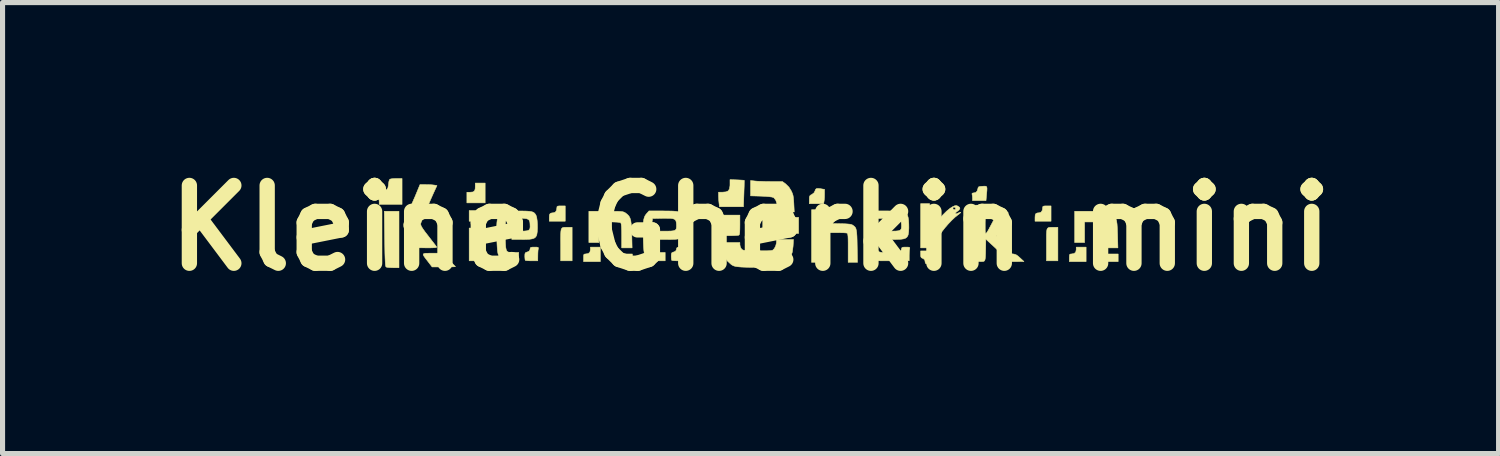
<source format=kicad_pcb>
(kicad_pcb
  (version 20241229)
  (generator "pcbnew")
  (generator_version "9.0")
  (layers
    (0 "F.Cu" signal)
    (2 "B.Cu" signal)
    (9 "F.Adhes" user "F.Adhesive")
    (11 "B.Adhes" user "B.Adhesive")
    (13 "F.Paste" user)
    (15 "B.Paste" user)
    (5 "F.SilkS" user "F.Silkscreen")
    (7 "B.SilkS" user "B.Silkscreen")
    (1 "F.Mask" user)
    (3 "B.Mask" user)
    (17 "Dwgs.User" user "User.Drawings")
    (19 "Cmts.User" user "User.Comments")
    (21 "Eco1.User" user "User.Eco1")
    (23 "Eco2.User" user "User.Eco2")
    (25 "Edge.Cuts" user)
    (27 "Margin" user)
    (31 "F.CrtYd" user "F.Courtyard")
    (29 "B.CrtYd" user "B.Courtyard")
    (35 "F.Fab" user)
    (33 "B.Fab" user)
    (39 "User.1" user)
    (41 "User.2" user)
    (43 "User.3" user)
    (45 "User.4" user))
  (footprint "Kleine Gherkin mini"
    (layer "F.Cu")
    (at 11.655 1.418)
    (property "Reference" "Kleine Gherkin mini" (at 0 0 0) (layer "F.SilkS") (effects (font (size 1.524 1.524) (thickness 0.3))))
    (attr through_hole)
    (fp_poly (pts (xy -5.289 -0.134) (xy -5.513 -0.134) (xy -5.513 -0.344) (xy -5.289 -0.344) (xy -5.289 -0.134)) (stroke (width 0.01) (type solid)) (fill yes) (layer "F.SilkS"))
    (fp_poly (pts (xy -5.289 0.642) (xy -5.513 0.642) (xy -5.513 0) (xy -5.289 0) (xy -5.289 0.642)) (stroke (width 0.01) (type solid)) (fill yes) (layer "F.SilkS"))
    (fp_poly (pts (xy -2.316 0.657) (xy -2.54 0.657) (xy -2.54 0.508) (xy -2.316 0.508) (xy -2.316 0.657)) (stroke (width 0.01) (type solid)) (fill yes) (layer "F.SilkS"))
    (fp_poly (pts (xy 0.941 0.105) (xy 0.239 0.105) (xy 0.239 -0.209) (xy 0.941 -0.209) (xy 0.941 0.105)) (stroke (width 0.01) (type solid)) (fill yes) (layer "F.SilkS"))
    (fp_poly (pts (xy 7.202 0.657) (xy 6.978 0.657) (xy 6.978 0.508) (xy 7.202 0.508) (xy 7.202 0.657)) (stroke (width 0.01) (type solid)) (fill yes) (layer "F.SilkS"))
    (fp_poly (pts (xy -5.2 -0.493) (xy -5.558 -0.493) (xy -5.558 -0.702) (xy -5.494 -0.702) (xy -5.441 -0.707) (xy -5.411 -0.726) (xy -5.396 -0.763) (xy -5.394 -0.81) (xy -5.394 -0.882) (xy -5.2 -0.882) (xy -5.2 -0.493)) (stroke (width 0.01) (type solid)) (fill yes) (layer "F.SilkS"))
    (fp_poly (pts (xy -2.943 0.657) (xy -3.272 0.657) (xy -3.272 0.583) (xy -3.271 0.538) (xy -3.265 0.516) (xy -3.25 0.509) (xy -3.234 0.508) (xy -3.179 0.499) (xy -3.148 0.472) (xy -3.138 0.425) (xy -3.138 0.374) (xy -2.943 0.374) (xy -2.943 0.657)) (stroke (width 0.01) (type solid)) (fill yes) (layer "F.SilkS"))
    (fp_poly (pts (xy 6.574 0.657) (xy 6.245 0.657) (xy 6.245 0.583) (xy 6.247 0.538) (xy 6.253 0.516) (xy 6.268 0.509) (xy 6.284 0.508) (xy 6.338 0.499) (xy 6.37 0.472) (xy 6.38 0.425) (xy 6.38 0.374) (xy 6.574 0.374) (xy 6.574 0.657)) (stroke (width 0.01) (type solid)) (fill yes) (layer "F.SilkS"))
    (fp_poly (pts (xy -3.575 -0.015) (xy -3.496 -0.015) (xy -3.496 0.642) (xy -3.72 0.642) (xy -3.72 0.323) (xy -3.721 0.214) (xy -3.72 0.131) (xy -3.717 0.071) (xy -3.711 0.03) (xy -3.699 0.005) (xy -3.681 -0.009) (xy -3.654 -0.014) (xy -3.617 -0.015) (xy -3.575 -0.015)) (stroke (width 0.01) (type solid)) (fill yes) (layer "F.SilkS"))
    (fp_poly (pts (xy 5.943 -0.015) (xy 6.021 -0.015) (xy 6.021 0.642) (xy 5.797 0.642) (xy 5.797 0.323) (xy 5.797 0.214) (xy 5.797 0.131) (xy 5.8 0.071) (xy 5.806 0.03) (xy 5.818 0.005) (xy 5.837 -0.009) (xy 5.864 -0.014) (xy 5.901 -0.015) (xy 5.943 -0.015)) (stroke (width 0.01) (type solid)) (fill yes) (layer "F.SilkS"))
    (fp_poly (pts (xy 3.571 0.702) (xy 3.496 0.702) (xy 3.452 0.701) (xy 3.429 0.694) (xy 3.422 0.68) (xy 3.421 0.669) (xy 3.412 0.624) (xy 3.383 0.598) (xy 3.365 0.591) (xy 3.344 0.58) (xy 3.334 0.556) (xy 3.332 0.514) (xy 3.332 0.448) (xy 3.571 0.448) (xy 3.571 0.702)) (stroke (width 0.01) (type solid)) (fill yes) (layer "F.SilkS"))
    (fp_poly (pts (xy 5.007 0.495) (xy 5.066 0.499) (xy 5.109 0.503) (xy 5.162 0.51) (xy 5.2 0.522) (xy 5.235 0.545) (xy 5.279 0.584) (xy 5.279 0.584) (xy 5.356 0.656) (xy 5.219 0.657) (xy 5.081 0.657) (xy 4.995 0.576) (xy 4.908 0.494) (xy 4.962 0.494) (xy 5.007 0.495)) (stroke (width 0.01) (type solid)) (fill yes) (layer "F.SilkS"))
    (fp_poly (pts (xy -3.631 -0.134) (xy -3.944 -0.134) (xy -3.944 -0.208) (xy -3.941 -0.258) (xy -3.925 -0.286) (xy -3.892 -0.297) (xy -3.862 -0.299) (xy -3.825 -0.312) (xy -3.802 -0.349) (xy -3.795 -0.395) (xy -3.793 -0.417) (xy -3.782 -0.428) (xy -3.755 -0.433) (xy -3.713 -0.433) (xy -3.631 -0.433) (xy -3.631 -0.134)) (stroke (width 0.01) (type solid)) (fill yes) (layer "F.SilkS"))
    (fp_poly (pts (xy 5.887 -0.134) (xy 5.573 -0.134) (xy 5.573 -0.208) (xy 5.577 -0.258) (xy 5.592 -0.286) (xy 5.625 -0.297) (xy 5.656 -0.299) (xy 5.692 -0.312) (xy 5.716 -0.349) (xy 5.722 -0.395) (xy 5.724 -0.417) (xy 5.735 -0.428) (xy 5.763 -0.433) (xy 5.805 -0.433) (xy 5.887 -0.433) (xy 5.887 -0.134)) (stroke (width 0.01) (type solid)) (fill yes) (layer "F.SilkS"))
    (fp_poly (pts (xy -6.888 0.777) (xy -7.004 0.777) (xy -7.062 0.775) (xy -7.11 0.771) (xy -7.138 0.764) (xy -7.14 0.763) (xy -7.146 0.755) (xy -7.151 0.736) (xy -7.155 0.703) (xy -7.158 0.654) (xy -7.161 0.587) (xy -7.164 0.498) (xy -7.166 0.385) (xy -7.168 0.245) (xy -7.169 0.211) (xy -7.176 -0.329) (xy -6.888 -0.329) (xy -6.888 0.777)) (stroke (width 0.01) (type solid)) (fill yes) (layer "F.SilkS"))
    (fp_poly (pts (xy -0.209 -0.061) (xy -0.21 0.02) (xy -0.212 0.076) (xy -0.216 0.111) (xy -0.222 0.131) (xy -0.232 0.14) (xy -0.233 0.14) (xy -0.257 0.144) (xy -0.304 0.147) (xy -0.365 0.149) (xy -0.405 0.149) (xy -0.553 0.149) (xy -0.553 0.093) (xy -0.554 0.054) (xy -0.557 -0.006) (xy -0.561 -0.075) (xy -0.563 -0.108) (xy -0.572 -0.254) (xy -0.209 -0.254) (xy -0.209 -0.061)) (stroke (width 0.01) (type solid)) (fill yes) (layer "F.SilkS"))
    (fp_poly (pts (xy 1.373 -0.771) (xy 1.393 -0.767) (xy 1.449 -0.758) (xy 1.449 -0.665) (xy 1.448 -0.606) (xy 1.444 -0.553) (xy 1.44 -0.525) (xy 1.431 -0.478) (xy 1.15 -0.478) (xy 1.151 -0.557) (xy 1.152 -0.603) (xy 1.16 -0.63) (xy 1.178 -0.647) (xy 1.199 -0.657) (xy 1.244 -0.692) (xy 1.262 -0.728) (xy 1.273 -0.757) (xy 1.291 -0.773) (xy 1.322 -0.776) (xy 1.373 -0.771)) (stroke (width 0.01) (type solid)) (fill yes) (layer "F.SilkS"))
    (fp_poly (pts (xy -6.828 -0.463) (xy -7.276 -0.463) (xy -7.276 -0.506) (xy -7.278 -0.544) (xy -7.282 -0.598) (xy -7.286 -0.64) (xy -7.296 -0.732) (xy -7.234 -0.732) (xy -7.17 -0.736) (xy -7.129 -0.752) (xy -7.106 -0.785) (xy -7.095 -0.84) (xy -7.094 -0.854) (xy -7.086 -0.912) (xy -7.074 -0.949) (xy -7.066 -0.957) (xy -7.041 -0.964) (xy -6.996 -0.969) (xy -6.94 -0.971) (xy -6.936 -0.971) (xy -6.828 -0.971) (xy -6.828 -0.463)) (stroke (width 0.01) (type solid)) (fill yes) (layer "F.SilkS"))
    (fp_poly (pts (xy -6.236 0.493) (xy -6.044 0.493) (xy -5.913 0.622) (xy -5.863 0.672) (xy -5.822 0.714) (xy -5.793 0.743) (xy -5.782 0.756) (xy -5.782 0.757) (xy -5.796 0.758) (xy -5.835 0.76) (xy -5.894 0.761) (xy -5.967 0.762) (xy -6.011 0.762) (xy -6.239 0.762) (xy -6.324 0.651) (xy -6.373 0.588) (xy -6.404 0.544) (xy -6.414 0.516) (xy -6.403 0.501) (xy -6.367 0.494) (xy -6.305 0.493) (xy -6.236 0.493)) (stroke (width 0.01) (type solid)) (fill yes) (layer "F.SilkS"))
    (fp_poly (pts (xy -0.265 -0.944) (xy -0.205 -0.941) (xy -0.157 -0.938) (xy -0.129 -0.936) (xy -0.124 -0.935) (xy -0.123 -0.92) (xy -0.124 -0.88) (xy -0.125 -0.82) (xy -0.128 -0.745) (xy -0.13 -0.675) (xy -0.139 -0.418) (xy -0.609 -0.418) (xy -0.618 -0.488) (xy -0.624 -0.549) (xy -0.627 -0.614) (xy -0.628 -0.63) (xy -0.628 -0.702) (xy -0.549 -0.703) (xy -0.482 -0.709) (xy -0.438 -0.728) (xy -0.414 -0.766) (xy -0.404 -0.826) (xy -0.403 -0.854) (xy -0.403 -0.949) (xy -0.265 -0.944)) (stroke (width 0.01) (type solid)) (fill yes) (layer "F.SilkS"))
    (fp_poly (pts (xy 4.611 -0.819) (xy 4.626 -0.807) (xy 4.632 -0.783) (xy 4.631 -0.74) (xy 4.625 -0.674) (xy 4.622 -0.639) (xy 4.613 -0.538) (xy 4.348 -0.538) (xy 4.348 -0.589) (xy 4.345 -0.631) (xy 4.339 -0.663) (xy 4.339 -0.664) (xy 4.34 -0.682) (xy 4.365 -0.688) (xy 4.365 -0.688) (xy 4.411 -0.696) (xy 4.438 -0.725) (xy 4.451 -0.764) (xy 4.458 -0.792) (xy 4.47 -0.808) (xy 4.496 -0.815) (xy 4.543 -0.819) (xy 4.546 -0.819) (xy 4.585 -0.821) (xy 4.611 -0.819)) (stroke (width 0.01) (type solid)) (fill yes) (layer "F.SilkS"))
    (fp_poly (pts (xy -4.186 0.374) (xy -4.163 0.379) (xy -4.156 0.39) (xy -4.159 0.407) (xy -4.164 0.439) (xy -4.167 0.49) (xy -4.168 0.542) (xy -4.169 0.642) (xy -4.286 0.642) (xy -4.342 0.641) (xy -4.387 0.638) (xy -4.411 0.634) (xy -4.413 0.633) (xy -4.419 0.613) (xy -4.422 0.574) (xy -4.423 0.552) (xy -4.421 0.509) (xy -4.413 0.486) (xy -4.392 0.474) (xy -4.374 0.469) (xy -4.338 0.452) (xy -4.322 0.424) (xy -4.321 0.414) (xy -4.316 0.391) (xy -4.304 0.379) (xy -4.276 0.374) (xy -4.233 0.374) (xy -4.186 0.374)) (stroke (width 0.01) (type solid)) (fill yes) (layer "F.SilkS"))
    (fp_poly (pts (xy -1.317 0.374) (xy -1.294 0.379) (xy -1.287 0.39) (xy -1.29 0.407) (xy -1.295 0.439) (xy -1.298 0.49) (xy -1.3 0.542) (xy -1.3 0.642) (xy -1.417 0.642) (xy -1.473 0.641) (xy -1.518 0.638) (xy -1.542 0.634) (xy -1.544 0.633) (xy -1.55 0.613) (xy -1.553 0.574) (xy -1.554 0.552) (xy -1.552 0.509) (xy -1.544 0.486) (xy -1.523 0.474) (xy -1.505 0.469) (xy -1.469 0.452) (xy -1.454 0.424) (xy -1.452 0.414) (xy -1.447 0.391) (xy -1.435 0.379) (xy -1.408 0.374) (xy -1.364 0.374) (xy -1.317 0.374)) (stroke (width 0.01) (type solid)) (fill yes) (layer "F.SilkS"))
    (fp_poly (pts (xy 3.09 0.374) (xy 3.114 0.379) (xy 3.12 0.39) (xy 3.117 0.407) (xy 3.112 0.439) (xy 3.109 0.49) (xy 3.108 0.542) (xy 3.108 0.642) (xy 2.991 0.642) (xy 2.934 0.641) (xy 2.89 0.638) (xy 2.866 0.634) (xy 2.864 0.633) (xy 2.858 0.613) (xy 2.854 0.574) (xy 2.854 0.552) (xy 2.855 0.509) (xy 2.864 0.486) (xy 2.885 0.474) (xy 2.902 0.469) (xy 2.939 0.452) (xy 2.954 0.424) (xy 2.956 0.414) (xy 2.96 0.391) (xy 2.973 0.379) (xy 3 0.374) (xy 3.043 0.374) (xy 3.09 0.374)) (stroke (width 0.01) (type solid)) (fill yes) (layer "F.SilkS"))
    (fp_poly (pts (xy -2.725 -0.329) (xy -2.642 -0.328) (xy -2.581 -0.327) (xy -2.537 -0.324) (xy -2.505 -0.32) (xy -2.483 -0.313) (xy -2.465 -0.305) (xy -2.449 -0.295) (xy -2.412 -0.266) (xy -2.383 -0.235) (xy -2.362 -0.196) (xy -2.347 -0.146) (xy -2.338 -0.079) (xy -2.331 0.009) (xy -2.327 0.122) (xy -2.327 0.123) (xy -2.321 0.388) (xy -2.525 0.388) (xy -2.525 0.152) (xy -2.526 0.049) (xy -2.529 -0.027) (xy -2.534 -0.076) (xy -2.542 -0.1) (xy -2.543 -0.102) (xy -2.566 -0.11) (xy -2.615 -0.116) (xy -2.693 -0.119) (xy -2.767 -0.12) (xy -2.973 -0.12) (xy -2.973 0.284) (xy -3.168 0.284) (xy -3.168 -0.329) (xy -2.834 -0.329) (xy -2.725 -0.329)) (stroke (width 0.01) (type solid)) (fill yes) (layer "F.SilkS"))
    (fp_poly (pts (xy 6.792 -0.329) (xy 6.875 -0.328) (xy 6.937 -0.327) (xy 6.981 -0.324) (xy 7.012 -0.32) (xy 7.035 -0.313) (xy 7.053 -0.305) (xy 7.069 -0.295) (xy 7.106 -0.266) (xy 7.134 -0.235) (xy 7.155 -0.196) (xy 7.17 -0.146) (xy 7.18 -0.079) (xy 7.186 0.009) (xy 7.19 0.122) (xy 7.19 0.123) (xy 7.197 0.388) (xy 6.992 0.388) (xy 6.992 0.152) (xy 6.991 0.049) (xy 6.988 -0.027) (xy 6.983 -0.076) (xy 6.976 -0.1) (xy 6.975 -0.102) (xy 6.952 -0.11) (xy 6.902 -0.116) (xy 6.825 -0.119) (xy 6.75 -0.12) (xy 6.544 -0.12) (xy 6.544 0.284) (xy 6.35 0.284) (xy 6.35 -0.329) (xy 6.684 -0.329) (xy 6.792 -0.329)) (stroke (width 0.01) (type solid)) (fill yes) (layer "F.SilkS"))
    (fp_poly (pts (xy 0.092 -0.921) (xy 0.141 -0.917) (xy 0.211 -0.915) (xy 0.295 -0.912) (xy 0.382 -0.911) (xy 0.404 -0.911) (xy 0.625 -0.911) (xy 0.69 -0.863) (xy 0.752 -0.801) (xy 0.797 -0.729) (xy 0.817 -0.685) (xy 0.831 -0.644) (xy 0.839 -0.596) (xy 0.845 -0.532) (xy 0.848 -0.478) (xy 0.856 -0.314) (xy 0.738 -0.316) (xy 0.674 -0.318) (xy 0.616 -0.321) (xy 0.575 -0.324) (xy 0.572 -0.325) (xy 0.543 -0.33) (xy 0.528 -0.342) (xy 0.523 -0.369) (xy 0.523 -0.405) (xy 0.515 -0.483) (xy 0.493 -0.547) (xy 0.459 -0.59) (xy 0.446 -0.599) (xy 0.415 -0.608) (xy 0.359 -0.615) (xy 0.283 -0.621) (xy 0.205 -0.625) (xy 0 -0.631) (xy 0 -0.931) (xy 0.092 -0.921)) (stroke (width 0.01) (type solid)) (fill yes) (layer "F.SilkS"))
    (fp_poly (pts (xy 4.599 -0.19) (xy 4.597 -0.103) (xy 4.597 -0.026) (xy 4.597 0.038) (xy 4.599 0.081) (xy 4.602 0.097) (xy 4.609 0.105) (xy 4.622 0.096) (xy 4.642 0.067) (xy 4.673 0.014) (xy 4.68 -0.001) (xy 4.716 -0.068) (xy 4.753 -0.138) (xy 4.783 -0.198) (xy 4.791 -0.213) (xy 4.832 -0.299) (xy 5.05 -0.299) (xy 4.937 -0.072) (xy 4.823 0.155) (xy 4.969 0.294) (xy 5.115 0.433) (xy 4.843 0.433) (xy 4.726 0.325) (xy 4.609 0.217) (xy 4.606 0.404) (xy 4.604 0.496) (xy 4.601 0.563) (xy 4.596 0.608) (xy 4.587 0.636) (xy 4.572 0.651) (xy 4.55 0.656) (xy 4.519 0.657) (xy 4.506 0.657) (xy 4.454 0.655) (xy 4.426 0.645) (xy 4.417 0.634) (xy 4.415 0.614) (xy 4.413 0.567) (xy 4.411 0.498) (xy 4.41 0.41) (xy 4.408 0.306) (xy 4.408 0.19) (xy 4.408 0.081) (xy 4.408 -0.448) (xy 4.606 -0.448) (xy 4.599 -0.19)) (stroke (width 0.01) (type solid)) (fill yes) (layer "F.SilkS"))
    (fp_poly (pts (xy 1.39 -0.092) (xy 1.677 -0.087) (xy 1.779 -0.085) (xy 1.855 -0.083) (xy 1.911 -0.079) (xy 1.95 -0.075) (xy 1.977 -0.068) (xy 1.997 -0.06) (xy 2.006 -0.054) (xy 2.03 -0.036) (xy 2.049 -0.017) (xy 2.063 0.008) (xy 2.072 0.043) (xy 2.079 0.092) (xy 2.084 0.158) (xy 2.087 0.247) (xy 2.089 0.355) (xy 2.095 0.672) (xy 1.912 0.672) (xy 1.912 0.39) (xy 1.912 0.29) (xy 1.911 0.216) (xy 1.909 0.164) (xy 1.905 0.13) (xy 1.9 0.11) (xy 1.892 0.101) (xy 1.889 0.099) (xy 1.864 0.095) (xy 1.817 0.092) (xy 1.753 0.091) (xy 1.68 0.09) (xy 1.605 0.09) (xy 1.535 0.092) (xy 1.475 0.094) (xy 1.435 0.097) (xy 1.423 0.099) (xy 1.408 0.105) (xy 1.398 0.117) (xy 1.392 0.14) (xy 1.39 0.18) (xy 1.39 0.244) (xy 1.39 0.253) (xy 1.388 0.338) (xy 1.385 0.433) (xy 1.381 0.519) (xy 1.38 0.536) (xy 1.37 0.672) (xy 1.195 0.672) (xy 1.195 -0.359) (xy 1.39 -0.359) (xy 1.39 -0.092)) (stroke (width 0.01) (type solid)) (fill yes) (layer "F.SilkS"))
    (fp_poly (pts (xy 0.833 0.357) (xy 0.818 0.469) (xy 0.789 0.56) (xy 0.743 0.633) (xy 0.675 0.694) (xy 0.598 0.741) (xy 0.576 0.751) (xy 0.549 0.758) (xy 0.513 0.764) (xy 0.463 0.767) (xy 0.394 0.769) (xy 0.302 0.771) (xy 0.254 0.771) (xy 0.152 0.771) (xy 0.048 0.77) (xy -0.048 0.769) (xy -0.129 0.766) (xy -0.179 0.764) (xy -0.251 0.758) (xy -0.301 0.75) (xy -0.339 0.738) (xy -0.372 0.719) (xy -0.378 0.715) (xy -0.455 0.645) (xy -0.511 0.555) (xy -0.544 0.451) (xy -0.553 0.356) (xy -0.553 0.284) (xy -0.209 0.284) (xy -0.209 0.327) (xy -0.2 0.371) (xy -0.181 0.405) (xy -0.17 0.418) (xy -0.156 0.427) (xy -0.137 0.434) (xy -0.106 0.438) (xy -0.06 0.441) (xy 0.006 0.443) (xy 0.096 0.445) (xy 0.125 0.445) (xy 0.244 0.446) (xy 0.334 0.445) (xy 0.396 0.441) (xy 0.43 0.435) (xy 0.434 0.433) (xy 0.465 0.402) (xy 0.491 0.353) (xy 0.506 0.296) (xy 0.508 0.269) (xy 0.508 0.224) (xy 0.841 0.224) (xy 0.833 0.357)) (stroke (width 0.01) (type solid)) (fill yes) (layer "F.SilkS"))
    (fp_poly (pts (xy -6.365 -0.851) (xy -6.301 -0.85) (xy -6.241 -0.847) (xy -6.198 -0.842) (xy -6.198 -0.842) (xy -6.144 -0.833) (xy -6.203 -0.704) (xy -6.229 -0.647) (xy -6.261 -0.575) (xy -6.296 -0.494) (xy -6.333 -0.408) (xy -6.369 -0.323) (xy -6.402 -0.244) (xy -6.429 -0.176) (xy -6.449 -0.126) (xy -6.46 -0.097) (xy -6.46 -0.097) (xy -6.463 -0.077) (xy -6.458 -0.053) (xy -6.444 -0.023) (xy -6.417 0.019) (xy -6.377 0.075) (xy -6.32 0.148) (xy -6.295 0.181) (xy -6.247 0.243) (xy -6.205 0.297) (xy -6.172 0.34) (xy -6.153 0.366) (xy -6.15 0.37) (xy -6.152 0.378) (xy -6.17 0.383) (xy -6.209 0.386) (xy -6.271 0.388) (xy -6.33 0.388) (xy -6.522 0.387) (xy -6.636 0.235) (xy -6.697 0.153) (xy -6.741 0.089) (xy -6.77 0.039) (xy -6.788 -0.001) (xy -6.795 -0.036) (xy -6.796 -0.072) (xy -6.794 -0.083) (xy -6.785 -0.12) (xy -6.766 -0.177) (xy -6.739 -0.246) (xy -6.706 -0.321) (xy -6.698 -0.338) (xy -6.658 -0.427) (xy -6.615 -0.523) (xy -6.574 -0.616) (xy -6.543 -0.691) (xy -6.477 -0.851) (xy -6.365 -0.851)) (stroke (width 0.01) (type solid)) (fill yes) (layer "F.SilkS"))
    (fp_poly (pts (xy 3.516 -0.4) (xy 3.52 -0.353) (xy 3.523 -0.286) (xy 3.525 -0.208) (xy 3.526 -0.138) (xy 3.527 -0.068) (xy 3.529 -0.011) (xy 3.533 0.028) (xy 3.537 0.044) (xy 3.537 0.044) (xy 3.55 0.032) (xy 3.574 -0.000487) (xy 3.606 -0.047) (xy 3.631 -0.085) (xy 3.694 -0.173) (xy 3.766 -0.257) (xy 3.842 -0.332) (xy 3.899 -0.378) (xy 3.965 -0.378) (xy 3.967 -0.374) (xy 3.987 -0.36) (xy 4.009 -0.363) (xy 4.019 -0.379) (xy 4.009 -0.401) (xy 3.987 -0.411) (xy 3.967 -0.404) (xy 3.966 -0.403) (xy 3.965 -0.378) (xy 3.899 -0.378) (xy 3.914 -0.39) (xy 3.96 -0.419) (xy 4.001 -0.437) (xy 4.03 -0.441) (xy 4.059 -0.431) (xy 4.061 -0.43) (xy 4.096 -0.405) (xy 4.101 -0.378) (xy 4.077 -0.347) (xy 4.056 -0.332) (xy 4.022 -0.305) (xy 4.012 -0.285) (xy 4.024 -0.278) (xy 4.057 -0.288) (xy 4.066 -0.293) (xy 4.103 -0.309) (xy 4.117 -0.309) (xy 4.108 -0.294) (xy 4.077 -0.268) (xy 4.061 -0.257) (xy 4.005 -0.212) (xy 3.939 -0.15) (xy 3.871 -0.078) (xy 3.806 -0.003) (xy 3.751 0.068) (xy 3.735 0.093) (xy 3.664 0.224) (xy 3.624 0.347) (xy 3.615 0.388) (xy 3.332 0.388) (xy 3.332 -0.478) (xy 3.507 -0.478) (xy 3.516 -0.4)) (stroke (width 0.01) (type solid)) (fill yes) (layer "F.SilkS"))
    (fp_poly (pts (xy -4.577 -0.335) (xy -4.469 -0.334) (xy -4.386 -0.332) (xy -4.325 -0.327) (xy -4.282 -0.319) (xy -4.251 -0.307) (xy -4.229 -0.289) (xy -4.212 -0.266) (xy -4.203 -0.25) (xy -4.19 -0.209) (xy -4.181 -0.148) (xy -4.176 -0.075) (xy -4.175 0.00043) (xy -4.179 0.071) (xy -4.187 0.126) (xy -4.196 0.153) (xy -4.215 0.18) (xy -4.241 0.199) (xy -4.28 0.212) (xy -4.335 0.22) (xy -4.411 0.223) (xy -4.483 0.224) (xy -4.677 0.224) (xy -4.677 0.06) (xy -4.513 0.06) (xy -4.432 0.059) (xy -4.377 0.053) (xy -4.343 0.04) (xy -4.325 0.017) (xy -4.319 -0.021) (xy -4.321 -0.076) (xy -4.321 -0.079) (xy -4.325 -0.12) (xy -4.336 -0.151) (xy -4.357 -0.171) (xy -4.392 -0.184) (xy -4.446 -0.19) (xy -4.522 -0.191) (xy -4.594 -0.191) (xy -4.788 -0.187) (xy -4.801 -0.105) (xy -4.805 -0.06) (xy -4.807 0.006) (xy -4.808 0.087) (xy -4.807 0.175) (xy -4.805 0.209) (xy -4.802 0.304) (xy -4.797 0.374) (xy -4.788 0.422) (xy -4.774 0.453) (xy -4.751 0.469) (xy -4.716 0.476) (xy -4.669 0.478) (xy -4.644 0.478) (xy -4.542 0.478) (xy -4.542 0.642) (xy -4.68 0.642) (xy -4.752 0.641) (xy -4.802 0.636) (xy -4.837 0.627) (xy -4.862 0.614) (xy -4.894 0.591) (xy -4.918 0.567) (xy -4.936 0.538) (xy -4.949 0.499) (xy -4.958 0.446) (xy -4.964 0.375) (xy -4.969 0.282) (xy -4.971 0.19) (xy -4.974 0.068) (xy -4.974 -0.028) (xy -4.97 -0.104) (xy -4.963 -0.162) (xy -4.951 -0.207) (xy -4.934 -0.244) (xy -4.912 -0.276) (xy -4.901 -0.288) (xy -4.858 -0.336) (xy -4.577 -0.335)) (stroke (width 0.01) (type solid)) (fill yes) (layer "F.SilkS"))
    (fp_poly (pts (xy -1.708 -0.335) (xy -1.6 -0.334) (xy -1.518 -0.332) (xy -1.457 -0.327) (xy -1.413 -0.319) (xy -1.382 -0.307) (xy -1.36 -0.289) (xy -1.343 -0.266) (xy -1.334 -0.25) (xy -1.321 -0.209) (xy -1.312 -0.148) (xy -1.307 -0.075) (xy -1.307 0.00043) (xy -1.31 0.071) (xy -1.319 0.126) (xy -1.328 0.153) (xy -1.346 0.18) (xy -1.373 0.199) (xy -1.411 0.212) (xy -1.466 0.22) (xy -1.543 0.223) (xy -1.614 0.224) (xy -1.808 0.224) (xy -1.808 0.06) (xy -1.644 0.06) (xy -1.564 0.059) (xy -1.509 0.053) (xy -1.474 0.04) (xy -1.457 0.017) (xy -1.451 -0.021) (xy -1.452 -0.076) (xy -1.452 -0.079) (xy -1.457 -0.12) (xy -1.467 -0.151) (xy -1.488 -0.171) (xy -1.523 -0.184) (xy -1.577 -0.19) (xy -1.654 -0.191) (xy -1.726 -0.191) (xy -1.92 -0.187) (xy -1.932 -0.105) (xy -1.936 -0.06) (xy -1.939 0.006) (xy -1.939 0.087) (xy -1.938 0.175) (xy -1.937 0.209) (xy -1.933 0.304) (xy -1.928 0.374) (xy -1.92 0.422) (xy -1.905 0.453) (xy -1.882 0.469) (xy -1.848 0.476) (xy -1.8 0.478) (xy -1.775 0.478) (xy -1.673 0.478) (xy -1.673 0.642) (xy -1.812 0.642) (xy -1.884 0.641) (xy -1.933 0.636) (xy -1.968 0.627) (xy -1.993 0.614) (xy -2.025 0.591) (xy -2.049 0.567) (xy -2.068 0.538) (xy -2.081 0.499) (xy -2.09 0.446) (xy -2.096 0.375) (xy -2.1 0.282) (xy -2.103 0.19) (xy -2.105 0.068) (xy -2.105 -0.028) (xy -2.101 -0.104) (xy -2.094 -0.162) (xy -2.082 -0.207) (xy -2.066 -0.244) (xy -2.043 -0.276) (xy -2.032 -0.288) (xy -1.989 -0.336) (xy -1.708 -0.335)) (stroke (width 0.01) (type solid)) (fill yes) (layer "F.SilkS"))
    (fp_poly (pts (xy 2.7 -0.335) (xy 2.808 -0.334) (xy 2.89 -0.332) (xy 2.951 -0.327) (xy 2.995 -0.319) (xy 3.025 -0.307) (xy 3.047 -0.289) (xy 3.065 -0.266) (xy 3.074 -0.25) (xy 3.087 -0.209) (xy 3.096 -0.148) (xy 3.1 -0.075) (xy 3.101 0.00043) (xy 3.097 0.071) (xy 3.089 0.126) (xy 3.08 0.153) (xy 3.061 0.18) (xy 3.035 0.199) (xy 2.997 0.212) (xy 2.942 0.22) (xy 2.865 0.223) (xy 2.793 0.224) (xy 2.6 0.224) (xy 2.6 0.06) (xy 2.764 0.06) (xy 2.844 0.059) (xy 2.899 0.053) (xy 2.933 0.04) (xy 2.951 0.017) (xy 2.957 -0.021) (xy 2.956 -0.076) (xy 2.955 -0.079) (xy 2.951 -0.12) (xy 2.94 -0.151) (xy 2.919 -0.171) (xy 2.884 -0.184) (xy 2.83 -0.19) (xy 2.754 -0.191) (xy 2.682 -0.191) (xy 2.488 -0.187) (xy 2.475 -0.105) (xy 2.471 -0.06) (xy 2.469 0.006) (xy 2.469 0.087) (xy 2.47 0.175) (xy 2.471 0.209) (xy 2.475 0.304) (xy 2.479 0.374) (xy 2.488 0.422) (xy 2.503 0.453) (xy 2.526 0.469) (xy 2.56 0.476) (xy 2.607 0.478) (xy 2.633 0.478) (xy 2.734 0.478) (xy 2.734 0.642) (xy 2.596 0.642) (xy 2.524 0.641) (xy 2.474 0.636) (xy 2.439 0.627) (xy 2.415 0.614) (xy 2.383 0.591) (xy 2.358 0.567) (xy 2.34 0.538) (xy 2.327 0.499) (xy 2.318 0.446) (xy 2.312 0.375) (xy 2.308 0.282) (xy 2.305 0.19) (xy 2.303 0.068) (xy 2.303 -0.028) (xy 2.306 -0.104) (xy 2.313 -0.162) (xy 2.325 -0.207) (xy 2.342 -0.244) (xy 2.364 -0.276) (xy 2.375 -0.288) (xy 2.418 -0.336) (xy 2.7 -0.335)) (stroke (width 0.01) (type solid)) (fill yes) (layer "F.SilkS")))
  (gr_rect
    (start -3 -3)
    (end 26.31 5.836)
    (stroke (width 0.1) (type default))
    (fill no)
    (layer "Edge.Cuts")))
</source>
